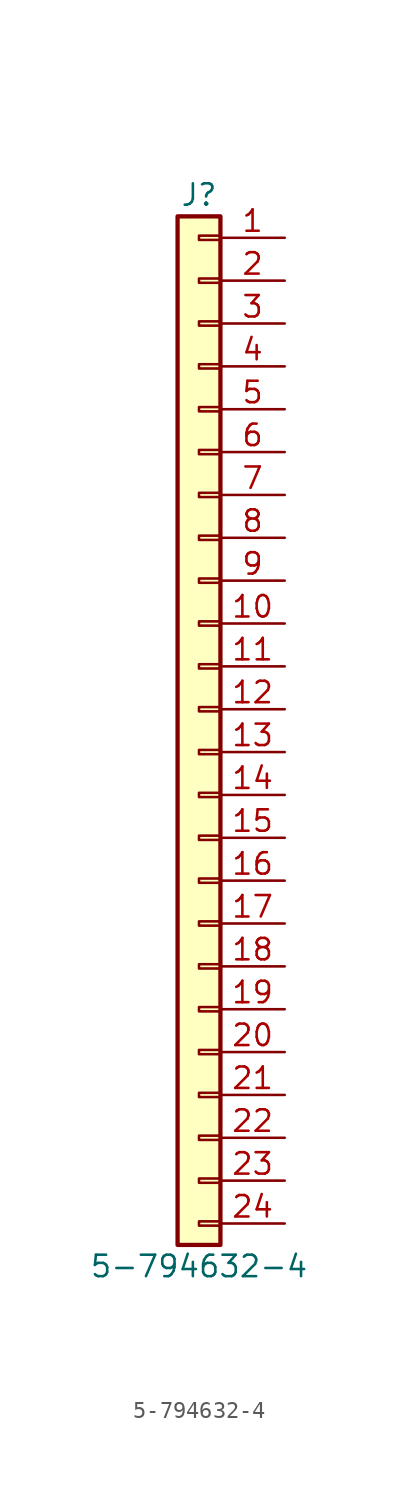
<source format=kicad_sym>
(kicad_symbol_lib
  (version 20211014)
  (generator kicad_symbol_editor)
  (symbol "5-794632-4"
    (pin_names
      (offset 1.016) hide)
    (property "Reference" "J"
      (at 0 30.48 0)
      (effects (font (size 1.27 1.27))))
    (property "Value" "5-794632-4"
      (at 0 -33.02 0)
      (effects (font (size 1.27 1.27))))
    (symbol "5-794632-4_1_1"
      (rectangle (start -1.27 -31.75) (end 1.27 29.21) (stroke (width 0.254) (type default) (color 0 0 0 0)) (fill (type background)))
      (rectangle (start 0 -30.607) (end 1.27 -30.353) (stroke (width 0.152) (type default) (color 0 0 0 0)) (fill (type none)))
      (rectangle (start 0 -28.067) (end 1.27 -27.813) (stroke (width 0.152) (type default) (color 0 0 0 0)) (fill (type none)))
      (rectangle (start 0 -25.527) (end 1.27 -25.273) (stroke (width 0.152) (type default) (color 0 0 0 0)) (fill (type none)))
      (rectangle (start 0 -22.987) (end 1.27 -22.733) (stroke (width 0.152) (type default) (color 0 0 0 0)) (fill (type none)))
      (rectangle (start 0 -20.447) (end 1.27 -20.193) (stroke (width 0.152) (type default) (color 0 0 0 0)) (fill (type none)))
      (rectangle (start 0 -17.907) (end 1.27 -17.653) (stroke (width 0.152) (type default) (color 0 0 0 0)) (fill (type none)))
      (rectangle (start 0 -15.367) (end 1.27 -15.113) (stroke (width 0.152) (type default) (color 0 0 0 0)) (fill (type none)))
      (rectangle (start 0 -12.827) (end 1.27 -12.573) (stroke (width 0.152) (type default) (color 0 0 0 0)) (fill (type none)))
      (rectangle (start 0 -10.287) (end 1.27 -10.033) (stroke (width 0.152) (type default) (color 0 0 0 0)) (fill (type none)))
      (rectangle (start 0 -7.747) (end 1.27 -7.493) (stroke (width 0.152) (type default) (color 0 0 0 0)) (fill (type none)))
      (rectangle (start 0 -5.207) (end 1.27 -4.953) (stroke (width 0.152) (type default) (color 0 0 0 0)) (fill (type none)))
      (rectangle (start 0 -2.667) (end 1.27 -2.413) (stroke (width 0.152) (type default) (color 0 0 0 0)) (fill (type none)))
      (rectangle (start 0 -0.127) (end 1.27 0.127) (stroke (width 0.152) (type default) (color 0 0 0 0)) (fill (type none)))
      (rectangle (start 0 2.413) (end 1.27 2.667) (stroke (width 0.152) (type default) (color 0 0 0 0)) (fill (type none)))
      (rectangle (start 0 4.953) (end 1.27 5.207) (stroke (width 0.152) (type default) (color 0 0 0 0)) (fill (type none)))
      (rectangle (start 0 7.493) (end 1.27 7.747) (stroke (width 0.152) (type default) (color 0 0 0 0)) (fill (type none)))
      (rectangle (start 0 10.033) (end 1.27 10.287) (stroke (width 0.152) (type default) (color 0 0 0 0)) (fill (type none)))
      (rectangle (start 0 12.573) (end 1.27 12.827) (stroke (width 0.152) (type default) (color 0 0 0 0)) (fill (type none)))
      (rectangle (start 0 15.113) (end 1.27 15.367) (stroke (width 0.152) (type default) (color 0 0 0 0)) (fill (type none)))
      (rectangle (start 0 17.653) (end 1.27 17.907) (stroke (width 0.152) (type default) (color 0 0 0 0)) (fill (type none)))
      (rectangle (start 0 20.193) (end 1.27 20.447) (stroke (width 0.152) (type default) (color 0 0 0 0)) (fill (type none)))
      (rectangle (start 0 22.733) (end 1.27 22.987) (stroke (width 0.152) (type default) (color 0 0 0 0)) (fill (type none)))
      (rectangle (start 0 25.273) (end 1.27 25.527) (stroke (width 0.152) (type default) (color 0 0 0 0)) (fill (type none)))
      (rectangle (start 0 27.813) (end 1.27 28.067) (stroke (width 0.152) (type default) (color 0 0 0 0)) (fill (type none)))
      (pin passive line (at 5.08 27.94 180) (length 3.81) (name "Pin_1" (effects (font (size 1.27 1.27)))) (number "1" (effects (font (size 1.27 1.27)))))
      (pin passive line (at 5.08 5.08 180) (length 3.81) (name "Pin_10" (effects (font (size 1.27 1.27)))) (number "10" (effects (font (size 1.27 1.27)))))
      (pin passive line (at 5.08 2.54 180) (length 3.81) (name "Pin_11" (effects (font (size 1.27 1.27)))) (number "11" (effects (font (size 1.27 1.27)))))
      (pin passive line (at 5.08 0 180) (length 3.81) (name "Pin_12" (effects (font (size 1.27 1.27)))) (number "12" (effects (font (size 1.27 1.27)))))
      (pin passive line (at 5.08 -2.54 180) (length 3.81) (name "Pin_13" (effects (font (size 1.27 1.27)))) (number "13" (effects (font (size 1.27 1.27)))))
      (pin passive line (at 5.08 -5.08 180) (length 3.81) (name "Pin_14" (effects (font (size 1.27 1.27)))) (number "14" (effects (font (size 1.27 1.27)))))
      (pin passive line (at 5.08 -7.62 180) (length 3.81) (name "Pin_15" (effects (font (size 1.27 1.27)))) (number "15" (effects (font (size 1.27 1.27)))))
      (pin passive line (at 5.08 -10.16 180) (length 3.81) (name "Pin_16" (effects (font (size 1.27 1.27)))) (number "16" (effects (font (size 1.27 1.27)))))
      (pin passive line (at 5.08 -12.7 180) (length 3.81) (name "Pin_17" (effects (font (size 1.27 1.27)))) (number "17" (effects (font (size 1.27 1.27)))))
      (pin passive line (at 5.08 -15.24 180) (length 3.81) (name "Pin_18" (effects (font (size 1.27 1.27)))) (number "18" (effects (font (size 1.27 1.27)))))
      (pin passive line (at 5.08 -17.78 180) (length 3.81) (name "Pin_19" (effects (font (size 1.27 1.27)))) (number "19" (effects (font (size 1.27 1.27)))))
      (pin passive line (at 5.08 25.4 180) (length 3.81) (name "Pin_2" (effects (font (size 1.27 1.27)))) (number "2" (effects (font (size 1.27 1.27)))))
      (pin passive line (at 5.08 -20.32 180) (length 3.81) (name "Pin_20" (effects (font (size 1.27 1.27)))) (number "20" (effects (font (size 1.27 1.27)))))
      (pin passive line (at 5.08 -22.86 180) (length 3.81) (name "Pin_21" (effects (font (size 1.27 1.27)))) (number "21" (effects (font (size 1.27 1.27)))))
      (pin passive line (at 5.08 -25.4 180) (length 3.81) (name "Pin_22" (effects (font (size 1.27 1.27)))) (number "22" (effects (font (size 1.27 1.27)))))
      (pin passive line (at 5.08 -27.94 180) (length 3.81) (name "Pin_23" (effects (font (size 1.27 1.27)))) (number "23" (effects (font (size 1.27 1.27)))))
      (pin passive line (at 5.08 -30.48 180) (length 3.81) (name "Pin_24" (effects (font (size 1.27 1.27)))) (number "24" (effects (font (size 1.27 1.27)))))
      (pin passive line (at 5.08 22.86 180) (length 3.81) (name "Pin_3" (effects (font (size 1.27 1.27)))) (number "3" (effects (font (size 1.27 1.27)))))
      (pin passive line (at 5.08 20.32 180) (length 3.81) (name "Pin_4" (effects (font (size 1.27 1.27)))) (number "4" (effects (font (size 1.27 1.27)))))
      (pin passive line (at 5.08 17.78 180) (length 3.81) (name "Pin_5" (effects (font (size 1.27 1.27)))) (number "5" (effects (font (size 1.27 1.27)))))
      (pin passive line (at 5.08 15.24 180) (length 3.81) (name "Pin_6" (effects (font (size 1.27 1.27)))) (number "6" (effects (font (size 1.27 1.27)))))
      (pin passive line (at 5.08 12.7 180) (length 3.81) (name "Pin_7" (effects (font (size 1.27 1.27)))) (number "7" (effects (font (size 1.27 1.27)))))
      (pin passive line (at 5.08 10.16 180) (length 3.81) (name "Pin_8" (effects (font (size 1.27 1.27)))) (number "8" (effects (font (size 1.27 1.27)))))
      (pin passive line (at 5.08 7.62 180) (length 3.81) (name "Pin_9" (effects (font (size 1.27 1.27)))) (number "9" (effects (font (size 1.27 1.27))))))))
</source>
